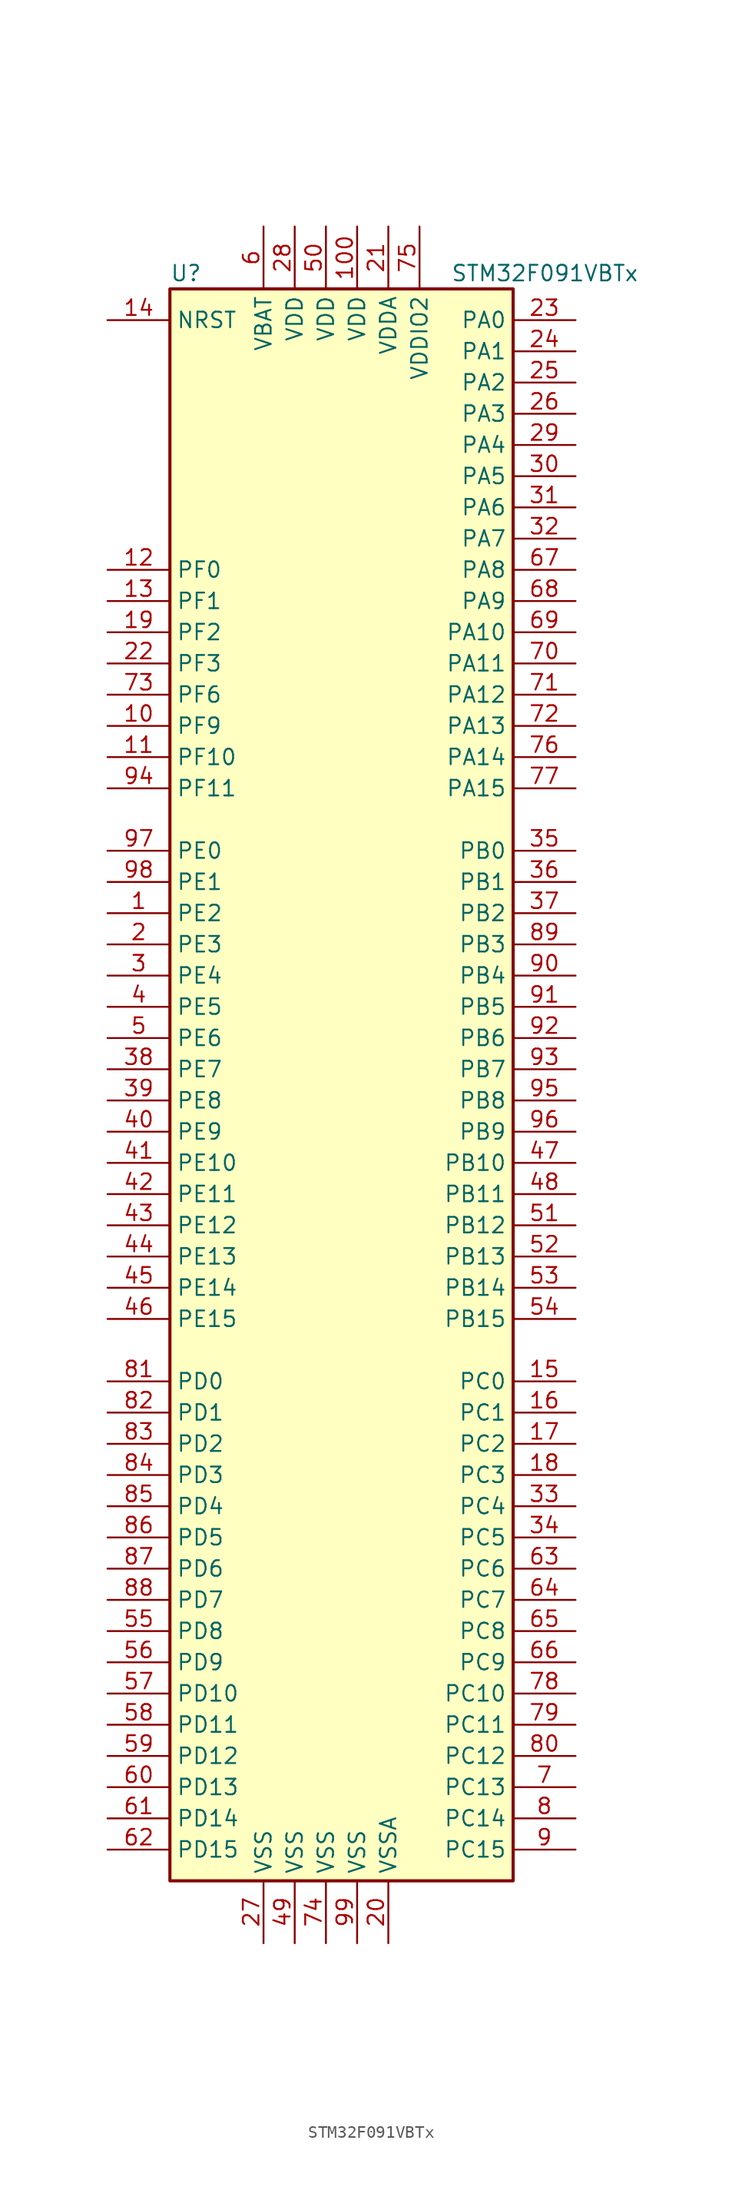
<source format=kicad_sym>
(kicad_symbol_lib
  (version 20201005)
  (generator kicad_symbol_editor)
  (symbol "MCU_ST_STM32F0:STM32F091VBTx"
    (property "Reference" "U"
      (at -15.24 64.77 0)
      (effects (font (size 1.27 1.27)) (justify left)))
    (property "Value" "STM32F091VBTx"
      (at 7.62 64.77 0)
      (effects (font (size 1.27 1.27)) (justify left)))
    (symbol "STM32F091VBTx_0_1"
      (rectangle (start -15.24 -66.04) (end 12.7 63.5) (stroke (width 0.254)) (fill (type background))))
    (symbol "STM32F091VBTx_1_1"
      (pin bidirectional line (at -20.32 12.7 0) (length 5.08) (name "PE2" (effects (font (size 1.27 1.27)))) (number "1" (effects (font (size 1.27 1.27)))))
      (pin bidirectional line (at -20.32 27.94 0) (length 5.08) (name "PF9" (effects (font (size 1.27 1.27)))) (number "10" (effects (font (size 1.27 1.27)))))
      (pin power_in line (at 0 68.58 270) (length 5.08) (name "VDD" (effects (font (size 1.27 1.27)))) (number "100" (effects (font (size 1.27 1.27)))))
      (pin bidirectional line (at -20.32 25.4 0) (length 5.08) (name "PF10" (effects (font (size 1.27 1.27)))) (number "11" (effects (font (size 1.27 1.27)))))
      (pin input line (at -20.32 40.64 0) (length 5.08) (name "PF0" (effects (font (size 1.27 1.27)))) (number "12" (effects (font (size 1.27 1.27)))))
      (pin input line (at -20.32 38.1 0) (length 5.08) (name "PF1" (effects (font (size 1.27 1.27)))) (number "13" (effects (font (size 1.27 1.27)))))
      (pin input line (at -20.32 60.96 0) (length 5.08) (name "NRST" (effects (font (size 1.27 1.27)))) (number "14" (effects (font (size 1.27 1.27)))))
      (pin bidirectional line (at 17.78 -25.4 180) (length 5.08) (name "PC0" (effects (font (size 1.27 1.27)))) (number "15" (effects (font (size 1.27 1.27)))))
      (pin bidirectional line (at 17.78 -27.94 180) (length 5.08) (name "PC1" (effects (font (size 1.27 1.27)))) (number "16" (effects (font (size 1.27 1.27)))))
      (pin bidirectional line (at 17.78 -30.48 180) (length 5.08) (name "PC2" (effects (font (size 1.27 1.27)))) (number "17" (effects (font (size 1.27 1.27)))))
      (pin bidirectional line (at 17.78 -33.02 180) (length 5.08) (name "PC3" (effects (font (size 1.27 1.27)))) (number "18" (effects (font (size 1.27 1.27)))))
      (pin bidirectional line (at -20.32 35.56 0) (length 5.08) (name "PF2" (effects (font (size 1.27 1.27)))) (number "19" (effects (font (size 1.27 1.27)))))
      (pin bidirectional line (at -20.32 10.16 0) (length 5.08) (name "PE3" (effects (font (size 1.27 1.27)))) (number "2" (effects (font (size 1.27 1.27)))))
      (pin power_in line (at 2.54 -71.12 90) (length 5.08) (name "VSSA" (effects (font (size 1.27 1.27)))) (number "20" (effects (font (size 1.27 1.27)))))
      (pin power_in line (at 2.54 68.58 270) (length 5.08) (name "VDDA" (effects (font (size 1.27 1.27)))) (number "21" (effects (font (size 1.27 1.27)))))
      (pin bidirectional line (at -20.32 33.02 0) (length 5.08) (name "PF3" (effects (font (size 1.27 1.27)))) (number "22" (effects (font (size 1.27 1.27)))))
      (pin bidirectional line (at 17.78 60.96 180) (length 5.08) (name "PA0" (effects (font (size 1.27 1.27)))) (number "23" (effects (font (size 1.27 1.27)))))
      (pin bidirectional line (at 17.78 58.42 180) (length 5.08) (name "PA1" (effects (font (size 1.27 1.27)))) (number "24" (effects (font (size 1.27 1.27)))))
      (pin bidirectional line (at 17.78 55.88 180) (length 5.08) (name "PA2" (effects (font (size 1.27 1.27)))) (number "25" (effects (font (size 1.27 1.27)))))
      (pin bidirectional line (at 17.78 53.34 180) (length 5.08) (name "PA3" (effects (font (size 1.27 1.27)))) (number "26" (effects (font (size 1.27 1.27)))))
      (pin power_in line (at -7.62 -71.12 90) (length 5.08) (name "VSS" (effects (font (size 1.27 1.27)))) (number "27" (effects (font (size 1.27 1.27)))))
      (pin power_in line (at -5.08 68.58 270) (length 5.08) (name "VDD" (effects (font (size 1.27 1.27)))) (number "28" (effects (font (size 1.27 1.27)))))
      (pin bidirectional line (at 17.78 50.8 180) (length 5.08) (name "PA4" (effects (font (size 1.27 1.27)))) (number "29" (effects (font (size 1.27 1.27)))))
      (pin bidirectional line (at -20.32 7.62 0) (length 5.08) (name "PE4" (effects (font (size 1.27 1.27)))) (number "3" (effects (font (size 1.27 1.27)))))
      (pin bidirectional line (at 17.78 48.26 180) (length 5.08) (name "PA5" (effects (font (size 1.27 1.27)))) (number "30" (effects (font (size 1.27 1.27)))))
      (pin bidirectional line (at 17.78 45.72 180) (length 5.08) (name "PA6" (effects (font (size 1.27 1.27)))) (number "31" (effects (font (size 1.27 1.27)))))
      (pin bidirectional line (at 17.78 43.18 180) (length 5.08) (name "PA7" (effects (font (size 1.27 1.27)))) (number "32" (effects (font (size 1.27 1.27)))))
      (pin bidirectional line (at 17.78 -35.56 180) (length 5.08) (name "PC4" (effects (font (size 1.27 1.27)))) (number "33" (effects (font (size 1.27 1.27)))))
      (pin bidirectional line (at 17.78 -38.1 180) (length 5.08) (name "PC5" (effects (font (size 1.27 1.27)))) (number "34" (effects (font (size 1.27 1.27)))))
      (pin bidirectional line (at 17.78 17.78 180) (length 5.08) (name "PB0" (effects (font (size 1.27 1.27)))) (number "35" (effects (font (size 1.27 1.27)))))
      (pin bidirectional line (at 17.78 15.24 180) (length 5.08) (name "PB1" (effects (font (size 1.27 1.27)))) (number "36" (effects (font (size 1.27 1.27)))))
      (pin bidirectional line (at 17.78 12.7 180) (length 5.08) (name "PB2" (effects (font (size 1.27 1.27)))) (number "37" (effects (font (size 1.27 1.27)))))
      (pin bidirectional line (at -20.32 0 0) (length 5.08) (name "PE7" (effects (font (size 1.27 1.27)))) (number "38" (effects (font (size 1.27 1.27)))))
      (pin bidirectional line (at -20.32 -2.54 0) (length 5.08) (name "PE8" (effects (font (size 1.27 1.27)))) (number "39" (effects (font (size 1.27 1.27)))))
      (pin bidirectional line (at -20.32 5.08 0) (length 5.08) (name "PE5" (effects (font (size 1.27 1.27)))) (number "4" (effects (font (size 1.27 1.27)))))
      (pin bidirectional line (at -20.32 -5.08 0) (length 5.08) (name "PE9" (effects (font (size 1.27 1.27)))) (number "40" (effects (font (size 1.27 1.27)))))
      (pin bidirectional line (at -20.32 -7.62 0) (length 5.08) (name "PE10" (effects (font (size 1.27 1.27)))) (number "41" (effects (font (size 1.27 1.27)))))
      (pin bidirectional line (at -20.32 -10.16 0) (length 5.08) (name "PE11" (effects (font (size 1.27 1.27)))) (number "42" (effects (font (size 1.27 1.27)))))
      (pin bidirectional line (at -20.32 -12.7 0) (length 5.08) (name "PE12" (effects (font (size 1.27 1.27)))) (number "43" (effects (font (size 1.27 1.27)))))
      (pin bidirectional line (at -20.32 -15.24 0) (length 5.08) (name "PE13" (effects (font (size 1.27 1.27)))) (number "44" (effects (font (size 1.27 1.27)))))
      (pin bidirectional line (at -20.32 -17.78 0) (length 5.08) (name "PE14" (effects (font (size 1.27 1.27)))) (number "45" (effects (font (size 1.27 1.27)))))
      (pin bidirectional line (at -20.32 -20.32 0) (length 5.08) (name "PE15" (effects (font (size 1.27 1.27)))) (number "46" (effects (font (size 1.27 1.27)))))
      (pin bidirectional line (at 17.78 -7.62 180) (length 5.08) (name "PB10" (effects (font (size 1.27 1.27)))) (number "47" (effects (font (size 1.27 1.27)))))
      (pin bidirectional line (at 17.78 -10.16 180) (length 5.08) (name "PB11" (effects (font (size 1.27 1.27)))) (number "48" (effects (font (size 1.27 1.27)))))
      (pin power_in line (at -5.08 -71.12 90) (length 5.08) (name "VSS" (effects (font (size 1.27 1.27)))) (number "49" (effects (font (size 1.27 1.27)))))
      (pin bidirectional line (at -20.32 2.54 0) (length 5.08) (name "PE6" (effects (font (size 1.27 1.27)))) (number "5" (effects (font (size 1.27 1.27)))))
      (pin power_in line (at -2.54 68.58 270) (length 5.08) (name "VDD" (effects (font (size 1.27 1.27)))) (number "50" (effects (font (size 1.27 1.27)))))
      (pin bidirectional line (at 17.78 -12.7 180) (length 5.08) (name "PB12" (effects (font (size 1.27 1.27)))) (number "51" (effects (font (size 1.27 1.27)))))
      (pin bidirectional line (at 17.78 -15.24 180) (length 5.08) (name "PB13" (effects (font (size 1.27 1.27)))) (number "52" (effects (font (size 1.27 1.27)))))
      (pin bidirectional line (at 17.78 -17.78 180) (length 5.08) (name "PB14" (effects (font (size 1.27 1.27)))) (number "53" (effects (font (size 1.27 1.27)))))
      (pin bidirectional line (at 17.78 -20.32 180) (length 5.08) (name "PB15" (effects (font (size 1.27 1.27)))) (number "54" (effects (font (size 1.27 1.27)))))
      (pin bidirectional line (at -20.32 -45.72 0) (length 5.08) (name "PD8" (effects (font (size 1.27 1.27)))) (number "55" (effects (font (size 1.27 1.27)))))
      (pin bidirectional line (at -20.32 -48.26 0) (length 5.08) (name "PD9" (effects (font (size 1.27 1.27)))) (number "56" (effects (font (size 1.27 1.27)))))
      (pin bidirectional line (at -20.32 -50.8 0) (length 5.08) (name "PD10" (effects (font (size 1.27 1.27)))) (number "57" (effects (font (size 1.27 1.27)))))
      (pin bidirectional line (at -20.32 -53.34 0) (length 5.08) (name "PD11" (effects (font (size 1.27 1.27)))) (number "58" (effects (font (size 1.27 1.27)))))
      (pin bidirectional line (at -20.32 -55.88 0) (length 5.08) (name "PD12" (effects (font (size 1.27 1.27)))) (number "59" (effects (font (size 1.27 1.27)))))
      (pin power_in line (at -7.62 68.58 270) (length 5.08) (name "VBAT" (effects (font (size 1.27 1.27)))) (number "6" (effects (font (size 1.27 1.27)))))
      (pin bidirectional line (at -20.32 -58.42 0) (length 5.08) (name "PD13" (effects (font (size 1.27 1.27)))) (number "60" (effects (font (size 1.27 1.27)))))
      (pin bidirectional line (at -20.32 -60.96 0) (length 5.08) (name "PD14" (effects (font (size 1.27 1.27)))) (number "61" (effects (font (size 1.27 1.27)))))
      (pin bidirectional line (at -20.32 -63.5 0) (length 5.08) (name "PD15" (effects (font (size 1.27 1.27)))) (number "62" (effects (font (size 1.27 1.27)))))
      (pin bidirectional line (at 17.78 -40.64 180) (length 5.08) (name "PC6" (effects (font (size 1.27 1.27)))) (number "63" (effects (font (size 1.27 1.27)))))
      (pin bidirectional line (at 17.78 -43.18 180) (length 5.08) (name "PC7" (effects (font (size 1.27 1.27)))) (number "64" (effects (font (size 1.27 1.27)))))
      (pin bidirectional line (at 17.78 -45.72 180) (length 5.08) (name "PC8" (effects (font (size 1.27 1.27)))) (number "65" (effects (font (size 1.27 1.27)))))
      (pin bidirectional line (at 17.78 -48.26 180) (length 5.08) (name "PC9" (effects (font (size 1.27 1.27)))) (number "66" (effects (font (size 1.27 1.27)))))
      (pin bidirectional line (at 17.78 40.64 180) (length 5.08) (name "PA8" (effects (font (size 1.27 1.27)))) (number "67" (effects (font (size 1.27 1.27)))))
      (pin bidirectional line (at 17.78 38.1 180) (length 5.08) (name "PA9" (effects (font (size 1.27 1.27)))) (number "68" (effects (font (size 1.27 1.27)))))
      (pin bidirectional line (at 17.78 35.56 180) (length 5.08) (name "PA10" (effects (font (size 1.27 1.27)))) (number "69" (effects (font (size 1.27 1.27)))))
      (pin bidirectional line (at 17.78 -58.42 180) (length 5.08) (name "PC13" (effects (font (size 1.27 1.27)))) (number "7" (effects (font (size 1.27 1.27)))))
      (pin bidirectional line (at 17.78 33.02 180) (length 5.08) (name "PA11" (effects (font (size 1.27 1.27)))) (number "70" (effects (font (size 1.27 1.27)))))
      (pin bidirectional line (at 17.78 30.48 180) (length 5.08) (name "PA12" (effects (font (size 1.27 1.27)))) (number "71" (effects (font (size 1.27 1.27)))))
      (pin bidirectional line (at 17.78 27.94 180) (length 5.08) (name "PA13" (effects (font (size 1.27 1.27)))) (number "72" (effects (font (size 1.27 1.27)))))
      (pin bidirectional line (at -20.32 30.48 0) (length 5.08) (name "PF6" (effects (font (size 1.27 1.27)))) (number "73" (effects (font (size 1.27 1.27)))))
      (pin power_in line (at -2.54 -71.12 90) (length 5.08) (name "VSS" (effects (font (size 1.27 1.27)))) (number "74" (effects (font (size 1.27 1.27)))))
      (pin power_in line (at 5.08 68.58 270) (length 5.08) (name "VDDIO2" (effects (font (size 1.27 1.27)))) (number "75" (effects (font (size 1.27 1.27)))))
      (pin bidirectional line (at 17.78 25.4 180) (length 5.08) (name "PA14" (effects (font (size 1.27 1.27)))) (number "76" (effects (font (size 1.27 1.27)))))
      (pin bidirectional line (at 17.78 22.86 180) (length 5.08) (name "PA15" (effects (font (size 1.27 1.27)))) (number "77" (effects (font (size 1.27 1.27)))))
      (pin bidirectional line (at 17.78 -50.8 180) (length 5.08) (name "PC10" (effects (font (size 1.27 1.27)))) (number "78" (effects (font (size 1.27 1.27)))))
      (pin bidirectional line (at 17.78 -53.34 180) (length 5.08) (name "PC11" (effects (font (size 1.27 1.27)))) (number "79" (effects (font (size 1.27 1.27)))))
      (pin bidirectional line (at 17.78 -60.96 180) (length 5.08) (name "PC14" (effects (font (size 1.27 1.27)))) (number "8" (effects (font (size 1.27 1.27)))))
      (pin bidirectional line (at 17.78 -55.88 180) (length 5.08) (name "PC12" (effects (font (size 1.27 1.27)))) (number "80" (effects (font (size 1.27 1.27)))))
      (pin bidirectional line (at -20.32 -25.4 0) (length 5.08) (name "PD0" (effects (font (size 1.27 1.27)))) (number "81" (effects (font (size 1.27 1.27)))))
      (pin bidirectional line (at -20.32 -27.94 0) (length 5.08) (name "PD1" (effects (font (size 1.27 1.27)))) (number "82" (effects (font (size 1.27 1.27)))))
      (pin bidirectional line (at -20.32 -30.48 0) (length 5.08) (name "PD2" (effects (font (size 1.27 1.27)))) (number "83" (effects (font (size 1.27 1.27)))))
      (pin bidirectional line (at -20.32 -33.02 0) (length 5.08) (name "PD3" (effects (font (size 1.27 1.27)))) (number "84" (effects (font (size 1.27 1.27)))))
      (pin bidirectional line (at -20.32 -35.56 0) (length 5.08) (name "PD4" (effects (font (size 1.27 1.27)))) (number "85" (effects (font (size 1.27 1.27)))))
      (pin bidirectional line (at -20.32 -38.1 0) (length 5.08) (name "PD5" (effects (font (size 1.27 1.27)))) (number "86" (effects (font (size 1.27 1.27)))))
      (pin bidirectional line (at -20.32 -40.64 0) (length 5.08) (name "PD6" (effects (font (size 1.27 1.27)))) (number "87" (effects (font (size 1.27 1.27)))))
      (pin bidirectional line (at -20.32 -43.18 0) (length 5.08) (name "PD7" (effects (font (size 1.27 1.27)))) (number "88" (effects (font (size 1.27 1.27)))))
      (pin bidirectional line (at 17.78 10.16 180) (length 5.08) (name "PB3" (effects (font (size 1.27 1.27)))) (number "89" (effects (font (size 1.27 1.27)))))
      (pin bidirectional line (at 17.78 -63.5 180) (length 5.08) (name "PC15" (effects (font (size 1.27 1.27)))) (number "9" (effects (font (size 1.27 1.27)))))
      (pin bidirectional line (at 17.78 7.62 180) (length 5.08) (name "PB4" (effects (font (size 1.27 1.27)))) (number "90" (effects (font (size 1.27 1.27)))))
      (pin bidirectional line (at 17.78 5.08 180) (length 5.08) (name "PB5" (effects (font (size 1.27 1.27)))) (number "91" (effects (font (size 1.27 1.27)))))
      (pin bidirectional line (at 17.78 2.54 180) (length 5.08) (name "PB6" (effects (font (size 1.27 1.27)))) (number "92" (effects (font (size 1.27 1.27)))))
      (pin bidirectional line (at 17.78 0 180) (length 5.08) (name "PB7" (effects (font (size 1.27 1.27)))) (number "93" (effects (font (size 1.27 1.27)))))
      (pin bidirectional line (at -20.32 22.86 0) (length 5.08) (name "PF11" (effects (font (size 1.27 1.27)))) (number "94" (effects (font (size 1.27 1.27)))))
      (pin bidirectional line (at 17.78 -2.54 180) (length 5.08) (name "PB8" (effects (font (size 1.27 1.27)))) (number "95" (effects (font (size 1.27 1.27)))))
      (pin bidirectional line (at 17.78 -5.08 180) (length 5.08) (name "PB9" (effects (font (size 1.27 1.27)))) (number "96" (effects (font (size 1.27 1.27)))))
      (pin bidirectional line (at -20.32 17.78 0) (length 5.08) (name "PE0" (effects (font (size 1.27 1.27)))) (number "97" (effects (font (size 1.27 1.27)))))
      (pin bidirectional line (at -20.32 15.24 0) (length 5.08) (name "PE1" (effects (font (size 1.27 1.27)))) (number "98" (effects (font (size 1.27 1.27)))))
      (pin power_in line (at 0 -71.12 90) (length 5.08) (name "VSS" (effects (font (size 1.27 1.27)))) (number "99" (effects (font (size 1.27 1.27))))))))
</source>
